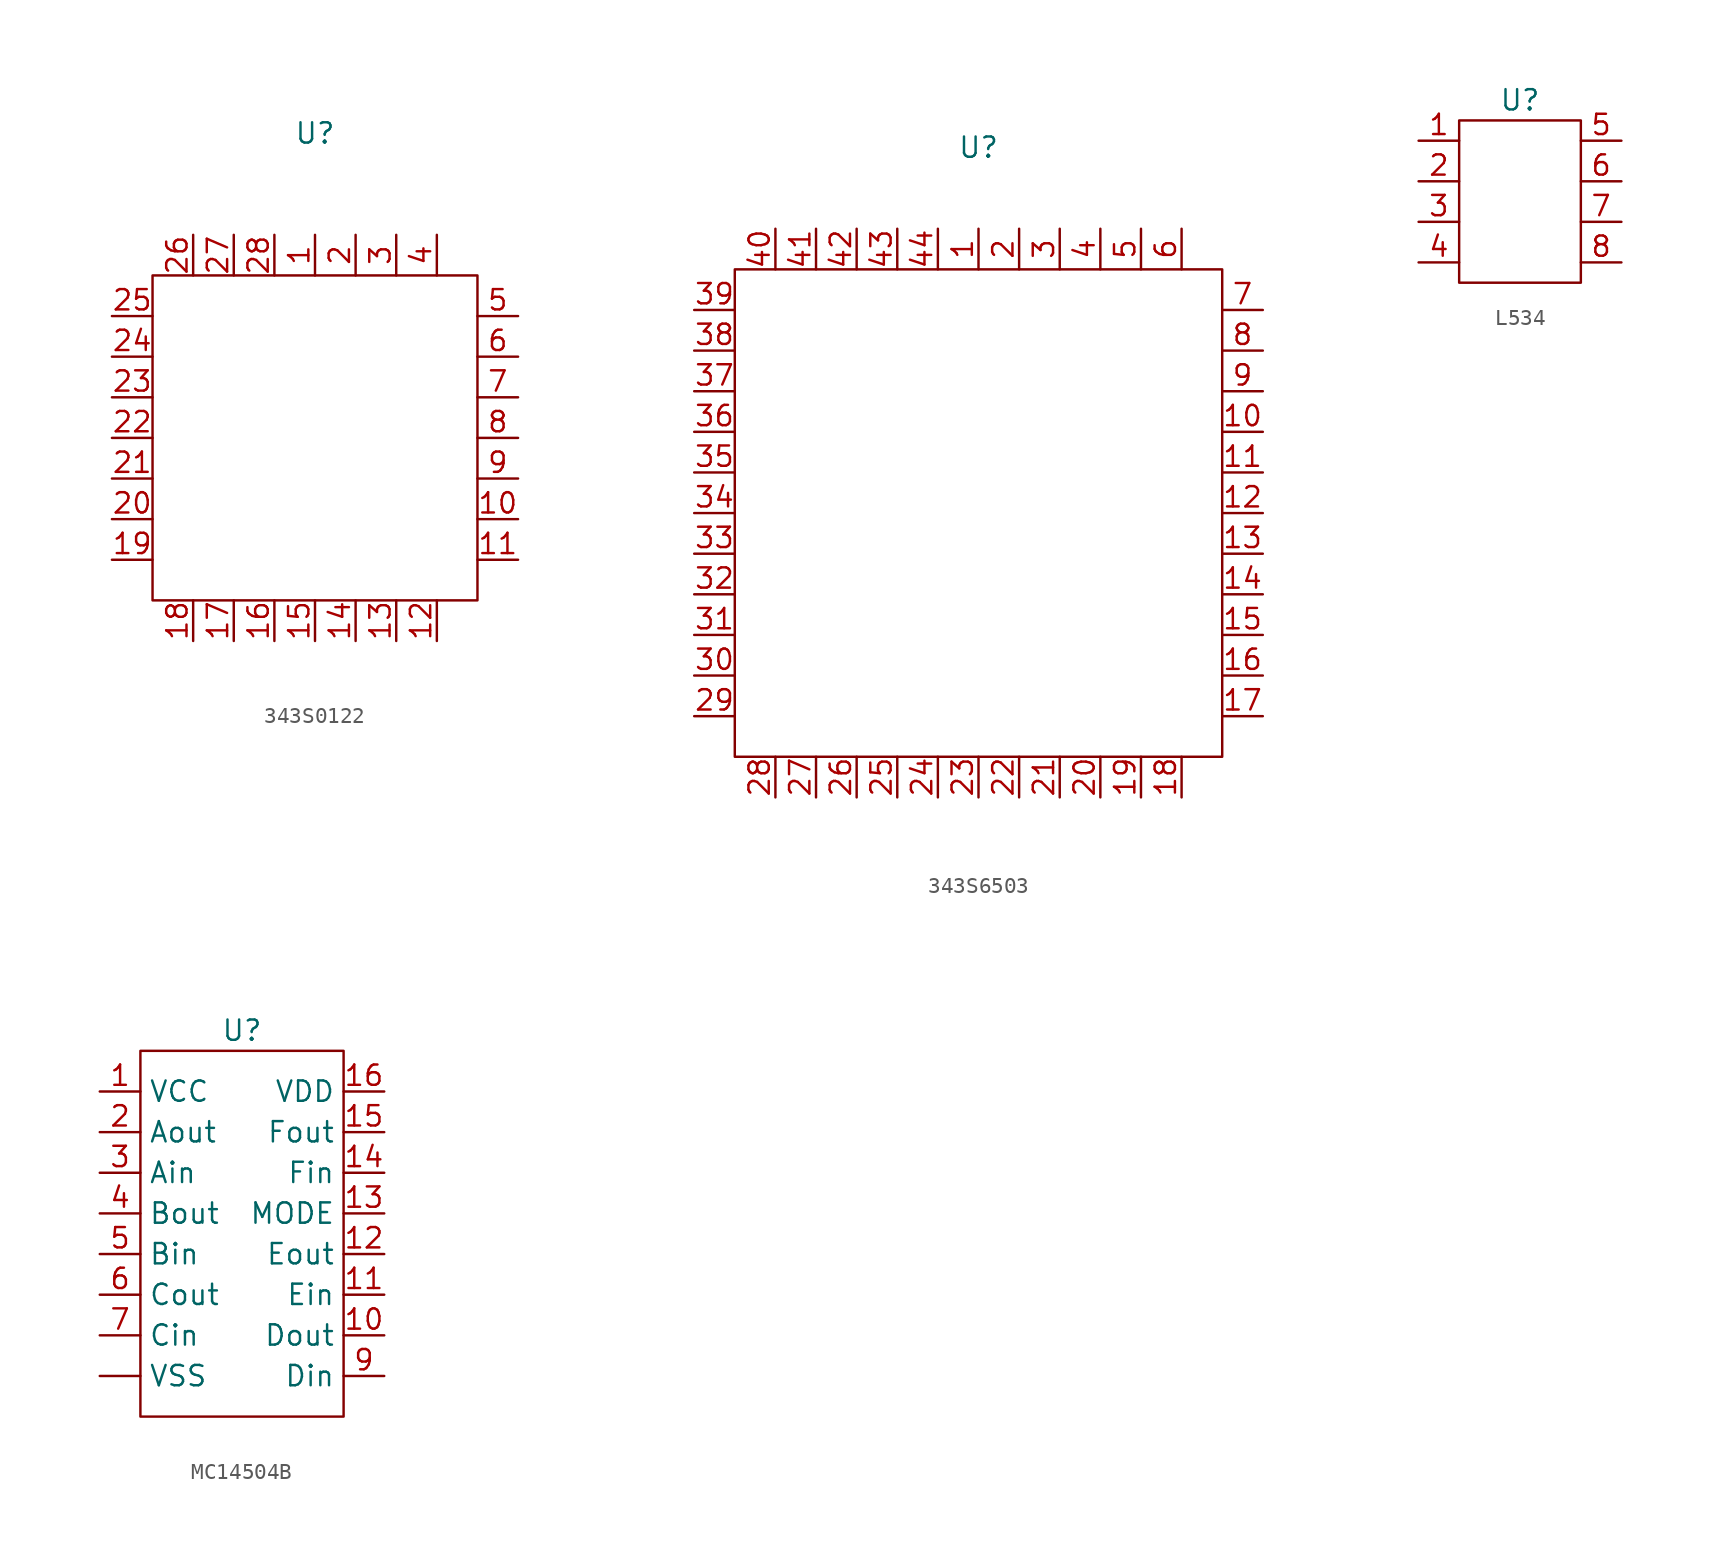
<source format=kicad_sym>
(kicad_symbol_lib
  (version 20241209)
  (generator "kicad_symbol_editor")
  (generator_version "9.0")
  (symbol "343S0122"
    (property "Reference" "U"
      (at 0 0 0)
      (effects (font (size 1.27 1.27))))
    (property "Value" ""
      (at 0 0 0)
      (effects (font (size 1.27 1.27))))
    (symbol "343S0122_0_1"
      (rectangle (start -10.16 -8.89) (end 10.16 -29.21) (stroke (width 0) (type default)) (fill (type none))))
    (symbol "343S0122_1_1"
      (pin input line (at -12.7 -11.43 0) (length 2.54) (name "" (effects (font (size 1.27 1.27)))) (number "25" (effects (font (size 1.27 1.27)))))
      (pin input line (at -12.7 -13.97 0) (length 2.54) (name "" (effects (font (size 1.27 1.27)))) (number "24" (effects (font (size 1.27 1.27)))))
      (pin input line (at -12.7 -16.51 0) (length 2.54) (name "" (effects (font (size 1.27 1.27)))) (number "23" (effects (font (size 1.27 1.27)))))
      (pin input line (at -12.7 -19.05 0) (length 2.54) (name "" (effects (font (size 1.27 1.27)))) (number "22" (effects (font (size 1.27 1.27)))))
      (pin input line (at -12.7 -21.59 0) (length 2.54) (name "" (effects (font (size 1.27 1.27)))) (number "21" (effects (font (size 1.27 1.27)))))
      (pin input line (at -12.7 -24.13 0) (length 2.54) (name "" (effects (font (size 1.27 1.27)))) (number "20" (effects (font (size 1.27 1.27)))))
      (pin input line (at -12.7 -26.67 0) (length 2.54) (name "" (effects (font (size 1.27 1.27)))) (number "19" (effects (font (size 1.27 1.27)))))
      (pin input line (at -7.62 -6.35 270) (length 2.54) (name "" (effects (font (size 1.27 1.27)))) (number "26" (effects (font (size 1.27 1.27)))))
      (pin input line (at -7.62 -31.75 90) (length 2.54) (name "" (effects (font (size 1.27 1.27)))) (number "18" (effects (font (size 1.27 1.27)))))
      (pin input line (at -5.08 -6.35 270) (length 2.54) (name "" (effects (font (size 1.27 1.27)))) (number "27" (effects (font (size 1.27 1.27)))))
      (pin input line (at -5.08 -31.75 90) (length 2.54) (name "" (effects (font (size 1.27 1.27)))) (number "17" (effects (font (size 1.27 1.27)))))
      (pin input line (at -2.54 -6.35 270) (length 2.54) (name "" (effects (font (size 1.27 1.27)))) (number "28" (effects (font (size 1.27 1.27)))))
      (pin input line (at -2.54 -31.75 90) (length 2.54) (name "" (effects (font (size 1.27 1.27)))) (number "16" (effects (font (size 1.27 1.27)))))
      (pin input line (at 0 -6.35 270) (length 2.54) (name "" (effects (font (size 1.27 1.27)))) (number "1" (effects (font (size 1.27 1.27)))))
      (pin input line (at 0 -31.75 90) (length 2.54) (name "" (effects (font (size 1.27 1.27)))) (number "15" (effects (font (size 1.27 1.27)))))
      (pin input line (at 2.54 -6.35 270) (length 2.54) (name "" (effects (font (size 1.27 1.27)))) (number "2" (effects (font (size 1.27 1.27)))))
      (pin input line (at 2.54 -31.75 90) (length 2.54) (name "" (effects (font (size 1.27 1.27)))) (number "14" (effects (font (size 1.27 1.27)))))
      (pin input line (at 5.08 -6.35 270) (length 2.54) (name "" (effects (font (size 1.27 1.27)))) (number "3" (effects (font (size 1.27 1.27)))))
      (pin input line (at 5.08 -31.75 90) (length 2.54) (name "" (effects (font (size 1.27 1.27)))) (number "13" (effects (font (size 1.27 1.27)))))
      (pin input line (at 7.62 -6.35 270) (length 2.54) (name "" (effects (font (size 1.27 1.27)))) (number "4" (effects (font (size 1.27 1.27)))))
      (pin input line (at 7.62 -31.75 90) (length 2.54) (name "" (effects (font (size 1.27 1.27)))) (number "12" (effects (font (size 1.27 1.27)))))
      (pin input line (at 12.7 -11.43 180) (length 2.54) (name "" (effects (font (size 1.27 1.27)))) (number "5" (effects (font (size 1.27 1.27)))))
      (pin input line (at 12.7 -13.97 180) (length 2.54) (name "" (effects (font (size 1.27 1.27)))) (number "6" (effects (font (size 1.27 1.27)))))
      (pin input line (at 12.7 -16.51 180) (length 2.54) (name "" (effects (font (size 1.27 1.27)))) (number "7" (effects (font (size 1.27 1.27)))))
      (pin input line (at 12.7 -19.05 180) (length 2.54) (name "" (effects (font (size 1.27 1.27)))) (number "8" (effects (font (size 1.27 1.27)))))
      (pin input line (at 12.7 -21.59 180) (length 2.54) (name "" (effects (font (size 1.27 1.27)))) (number "9" (effects (font (size 1.27 1.27)))))
      (pin input line (at 12.7 -24.13 180) (length 2.54) (name "" (effects (font (size 1.27 1.27)))) (number "10" (effects (font (size 1.27 1.27)))))
      (pin input line (at 12.7 -26.67 180) (length 2.54) (name "" (effects (font (size 1.27 1.27)))) (number "11" (effects (font (size 1.27 1.27)))))))
  (symbol "343S6503"
    (property "Reference" "U"
      (at 0 0 0)
      (effects (font (size 1.27 1.27))))
    (property "Value" ""
      (at 0 0 0)
      (effects (font (size 1.27 1.27))))
    (symbol "343S6503_0_1"
      (rectangle (start -15.24 -7.62) (end 15.24 -38.1) (stroke (width 0) (type default)) (fill (type none))))
    (symbol "343S6503_1_1"
      (pin input line (at -17.78 -10.16 0) (length 2.54) (name "" (effects (font (size 1.27 1.27)))) (number "39" (effects (font (size 1.27 1.27)))))
      (pin input line (at -17.78 -12.7 0) (length 2.54) (name "" (effects (font (size 1.27 1.27)))) (number "38" (effects (font (size 1.27 1.27)))))
      (pin input line (at -17.78 -15.24 0) (length 2.54) (name "" (effects (font (size 1.27 1.27)))) (number "37" (effects (font (size 1.27 1.27)))))
      (pin input line (at -17.78 -17.78 0) (length 2.54) (name "" (effects (font (size 1.27 1.27)))) (number "36" (effects (font (size 1.27 1.27)))))
      (pin input line (at -17.78 -20.32 0) (length 2.54) (name "" (effects (font (size 1.27 1.27)))) (number "35" (effects (font (size 1.27 1.27)))))
      (pin input line (at -17.78 -22.86 0) (length 2.54) (name "" (effects (font (size 1.27 1.27)))) (number "34" (effects (font (size 1.27 1.27)))))
      (pin input line (at -17.78 -25.4 0) (length 2.54) (name "" (effects (font (size 1.27 1.27)))) (number "33" (effects (font (size 1.27 1.27)))))
      (pin input line (at -17.78 -27.94 0) (length 2.54) (name "" (effects (font (size 1.27 1.27)))) (number "32" (effects (font (size 1.27 1.27)))))
      (pin input line (at -17.78 -30.48 0) (length 2.54) (name "" (effects (font (size 1.27 1.27)))) (number "31" (effects (font (size 1.27 1.27)))))
      (pin input line (at -17.78 -33.02 0) (length 2.54) (name "" (effects (font (size 1.27 1.27)))) (number "30" (effects (font (size 1.27 1.27)))))
      (pin input line (at -17.78 -35.56 0) (length 2.54) (name "" (effects (font (size 1.27 1.27)))) (number "29" (effects (font (size 1.27 1.27)))))
      (pin input line (at -12.7 -5.08 270) (length 2.54) (name "" (effects (font (size 1.27 1.27)))) (number "40" (effects (font (size 1.27 1.27)))))
      (pin input line (at -12.7 -40.64 90) (length 2.54) (name "" (effects (font (size 1.27 1.27)))) (number "28" (effects (font (size 1.27 1.27)))))
      (pin input line (at -10.16 -5.08 270) (length 2.54) (name "" (effects (font (size 1.27 1.27)))) (number "41" (effects (font (size 1.27 1.27)))))
      (pin input line (at -10.16 -40.64 90) (length 2.54) (name "" (effects (font (size 1.27 1.27)))) (number "27" (effects (font (size 1.27 1.27)))))
      (pin input line (at -7.62 -5.08 270) (length 2.54) (name "" (effects (font (size 1.27 1.27)))) (number "42" (effects (font (size 1.27 1.27)))))
      (pin input line (at -7.62 -40.64 90) (length 2.54) (name "" (effects (font (size 1.27 1.27)))) (number "26" (effects (font (size 1.27 1.27)))))
      (pin input line (at -5.08 -5.08 270) (length 2.54) (name "" (effects (font (size 1.27 1.27)))) (number "43" (effects (font (size 1.27 1.27)))))
      (pin input line (at -5.08 -40.64 90) (length 2.54) (name "" (effects (font (size 1.27 1.27)))) (number "25" (effects (font (size 1.27 1.27)))))
      (pin input line (at -2.54 -5.08 270) (length 2.54) (name "" (effects (font (size 1.27 1.27)))) (number "44" (effects (font (size 1.27 1.27)))))
      (pin input line (at -2.54 -40.64 90) (length 2.54) (name "" (effects (font (size 1.27 1.27)))) (number "24" (effects (font (size 1.27 1.27)))))
      (pin input line (at 0 -5.08 270) (length 2.54) (name "" (effects (font (size 1.27 1.27)))) (number "1" (effects (font (size 1.27 1.27)))))
      (pin input line (at 0 -40.64 90) (length 2.54) (name "" (effects (font (size 1.27 1.27)))) (number "23" (effects (font (size 1.27 1.27)))))
      (pin input line (at 2.54 -5.08 270) (length 2.54) (name "" (effects (font (size 1.27 1.27)))) (number "2" (effects (font (size 1.27 1.27)))))
      (pin input line (at 2.54 -40.64 90) (length 2.54) (name "" (effects (font (size 1.27 1.27)))) (number "22" (effects (font (size 1.27 1.27)))))
      (pin input line (at 5.08 -5.08 270) (length 2.54) (name "" (effects (font (size 1.27 1.27)))) (number "3" (effects (font (size 1.27 1.27)))))
      (pin input line (at 5.08 -40.64 90) (length 2.54) (name "" (effects (font (size 1.27 1.27)))) (number "21" (effects (font (size 1.27 1.27)))))
      (pin input line (at 7.62 -5.08 270) (length 2.54) (name "" (effects (font (size 1.27 1.27)))) (number "4" (effects (font (size 1.27 1.27)))))
      (pin input line (at 7.62 -40.64 90) (length 2.54) (name "" (effects (font (size 1.27 1.27)))) (number "20" (effects (font (size 1.27 1.27)))))
      (pin input line (at 10.16 -5.08 270) (length 2.54) (name "" (effects (font (size 1.27 1.27)))) (number "5" (effects (font (size 1.27 1.27)))))
      (pin input line (at 10.16 -40.64 90) (length 2.54) (name "" (effects (font (size 1.27 1.27)))) (number "19" (effects (font (size 1.27 1.27)))))
      (pin input line (at 12.7 -5.08 270) (length 2.54) (name "" (effects (font (size 1.27 1.27)))) (number "6" (effects (font (size 1.27 1.27)))))
      (pin input line (at 12.7 -40.64 90) (length 2.54) (name "" (effects (font (size 1.27 1.27)))) (number "18" (effects (font (size 1.27 1.27)))))
      (pin input line (at 17.78 -10.16 180) (length 2.54) (name "" (effects (font (size 1.27 1.27)))) (number "7" (effects (font (size 1.27 1.27)))))
      (pin input line (at 17.78 -12.7 180) (length 2.54) (name "" (effects (font (size 1.27 1.27)))) (number "8" (effects (font (size 1.27 1.27)))))
      (pin input line (at 17.78 -15.24 180) (length 2.54) (name "" (effects (font (size 1.27 1.27)))) (number "9" (effects (font (size 1.27 1.27)))))
      (pin input line (at 17.78 -17.78 180) (length 2.54) (name "" (effects (font (size 1.27 1.27)))) (number "10" (effects (font (size 1.27 1.27)))))
      (pin input line (at 17.78 -20.32 180) (length 2.54) (name "" (effects (font (size 1.27 1.27)))) (number "11" (effects (font (size 1.27 1.27)))))
      (pin input line (at 17.78 -22.86 180) (length 2.54) (name "" (effects (font (size 1.27 1.27)))) (number "12" (effects (font (size 1.27 1.27)))))
      (pin input line (at 17.78 -25.4 180) (length 2.54) (name "" (effects (font (size 1.27 1.27)))) (number "13" (effects (font (size 1.27 1.27)))))
      (pin input line (at 17.78 -27.94 180) (length 2.54) (name "" (effects (font (size 1.27 1.27)))) (number "14" (effects (font (size 1.27 1.27)))))
      (pin input line (at 17.78 -30.48 180) (length 2.54) (name "" (effects (font (size 1.27 1.27)))) (number "15" (effects (font (size 1.27 1.27)))))
      (pin input line (at 17.78 -33.02 180) (length 2.54) (name "" (effects (font (size 1.27 1.27)))) (number "16" (effects (font (size 1.27 1.27)))))
      (pin input line (at 17.78 -35.56 180) (length 2.54) (name "" (effects (font (size 1.27 1.27)))) (number "17" (effects (font (size 1.27 1.27)))))))
  (symbol "L534"
    (property "Reference" "U"
      (at 0 0 0)
      (effects (font (size 1.27 1.27))))
    (property "Value" ""
      (at 0 0 0)
      (effects (font (size 1.27 1.27))))
    (symbol "L534_0_1"
      (rectangle (start -3.81 -1.27) (end 3.81 -11.43) (stroke (width 0) (type default)) (fill (type none))))
    (symbol "L534_1_1"
      (pin input line (at -6.35 -2.54 0) (length 2.54) (name "" (effects (font (size 1.27 1.27)))) (number "1" (effects (font (size 1.27 1.27)))))
      (pin input line (at -6.35 -5.08 0) (length 2.54) (name "" (effects (font (size 1.27 1.27)))) (number "2" (effects (font (size 1.27 1.27)))))
      (pin input line (at -6.35 -7.62 0) (length 2.54) (name "" (effects (font (size 1.27 1.27)))) (number "3" (effects (font (size 1.27 1.27)))))
      (pin input line (at -6.35 -10.16 0) (length 2.54) (name "" (effects (font (size 1.27 1.27)))) (number "4" (effects (font (size 1.27 1.27)))))
      (pin input line (at 6.35 -2.54 180) (length 2.54) (name "" (effects (font (size 1.27 1.27)))) (number "5" (effects (font (size 1.27 1.27)))))
      (pin input line (at 6.35 -5.08 180) (length 2.54) (name "" (effects (font (size 1.27 1.27)))) (number "6" (effects (font (size 1.27 1.27)))))
      (pin input line (at 6.35 -7.62 180) (length 2.54) (name "" (effects (font (size 1.27 1.27)))) (number "7" (effects (font (size 1.27 1.27)))))
      (pin input line (at 6.35 -10.16 180) (length 2.54) (name "" (effects (font (size 1.27 1.27)))) (number "8" (effects (font (size 1.27 1.27)))))))
  (symbol "MC14504B"
    (property "Reference" "U"
      (at 0 0 0)
      (effects (font (size 1.27 1.27))))
    (property "Value" ""
      (at 0 0 0)
      (effects (font (size 1.27 1.27))))
    (symbol "MC14504B_0_1"
      (rectangle (start -6.35 -1.27) (end 6.35 -24.13) (stroke (width 0) (type default)) (fill (type none))))
    (symbol "MC14504B_1_1"
      (pin power_in line (at -8.89 -3.81 0) (length 2.54) (name "VCC" (effects (font (size 1.27 1.27)))) (number "1" (effects (font (size 1.27 1.27)))))
      (pin output line (at -8.89 -6.35 0) (length 2.54) (name "Aout" (effects (font (size 1.27 1.27)))) (number "2" (effects (font (size 1.27 1.27)))))
      (pin input line (at -8.89 -8.89 0) (length 2.54) (name "Ain" (effects (font (size 1.27 1.27)))) (number "3" (effects (font (size 1.27 1.27)))))
      (pin output line (at -8.89 -11.43 0) (length 2.54) (name "Bout" (effects (font (size 1.27 1.27)))) (number "4" (effects (font (size 1.27 1.27)))))
      (pin input line (at -8.89 -13.97 0) (length 2.54) (name "Bin" (effects (font (size 1.27 1.27)))) (number "5" (effects (font (size 1.27 1.27)))))
      (pin output line (at -8.89 -16.51 0) (length 2.54) (name "Cout" (effects (font (size 1.27 1.27)))) (number "6" (effects (font (size 1.27 1.27)))))
      (pin input line (at -8.89 -19.05 0) (length 2.54) (name "Cin" (effects (font (size 1.27 1.27)))) (number "7" (effects (font (size 1.27 1.27)))))
      (pin power_in line (at -8.89 -21.59 0) (length 2.54) (name "VSS" (effects (font (size 1.27 1.27)))) (number "" (effects (font (size 1.27 1.27)))))
      (pin power_in line (at 8.89 -3.81 180) (length 2.54) (name "VDD" (effects (font (size 1.27 1.27)))) (number "16" (effects (font (size 1.27 1.27)))))
      (pin output line (at 8.89 -6.35 180) (length 2.54) (name "Fout" (effects (font (size 1.27 1.27)))) (number "15" (effects (font (size 1.27 1.27)))))
      (pin input line (at 8.89 -8.89 180) (length 2.54) (name "Fin" (effects (font (size 1.27 1.27)))) (number "14" (effects (font (size 1.27 1.27)))))
      (pin input line (at 8.89 -11.43 180) (length 2.54) (name "MODE" (effects (font (size 1.27 1.27)))) (number "13" (effects (font (size 1.27 1.27)))))
      (pin output line (at 8.89 -13.97 180) (length 2.54) (name "Eout" (effects (font (size 1.27 1.27)))) (number "12" (effects (font (size 1.27 1.27)))))
      (pin input line (at 8.89 -16.51 180) (length 2.54) (name "Ein" (effects (font (size 1.27 1.27)))) (number "11" (effects (font (size 1.27 1.27)))))
      (pin output line (at 8.89 -19.05 180) (length 2.54) (name "Dout" (effects (font (size 1.27 1.27)))) (number "10" (effects (font (size 1.27 1.27)))))
      (pin input line (at 8.89 -21.59 180) (length 2.54) (name "Din" (effects (font (size 1.27 1.27)))) (number "9" (effects (font (size 1.27 1.27))))))))
</source>
